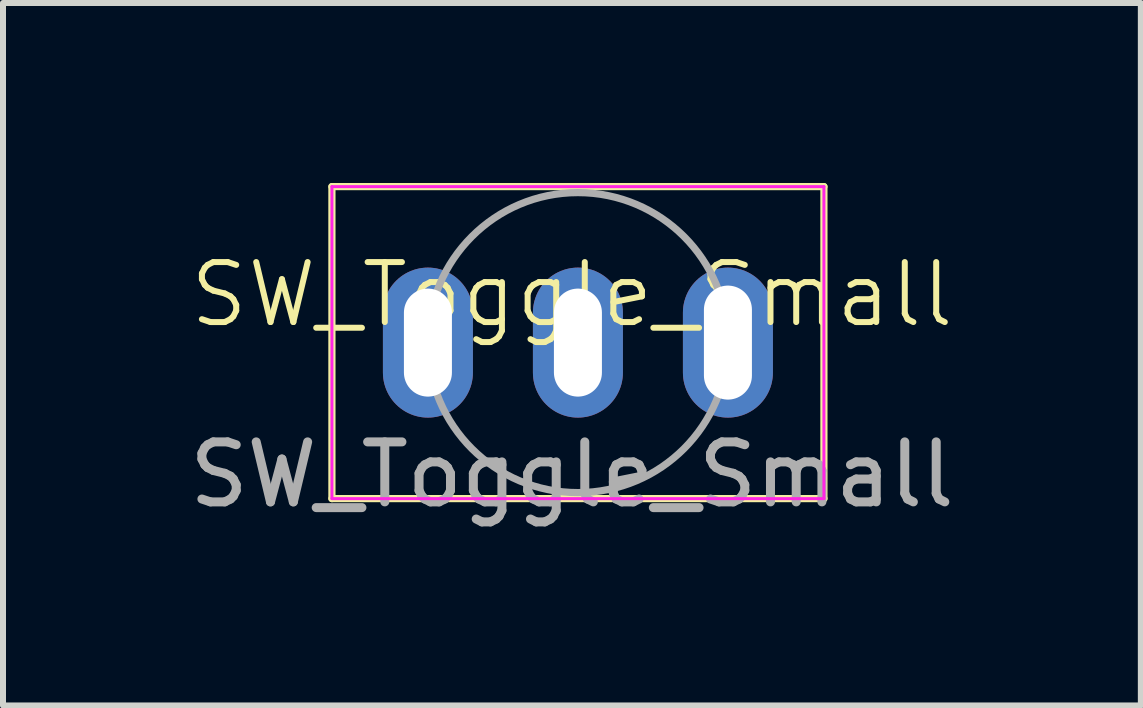
<source format=kicad_pcb>
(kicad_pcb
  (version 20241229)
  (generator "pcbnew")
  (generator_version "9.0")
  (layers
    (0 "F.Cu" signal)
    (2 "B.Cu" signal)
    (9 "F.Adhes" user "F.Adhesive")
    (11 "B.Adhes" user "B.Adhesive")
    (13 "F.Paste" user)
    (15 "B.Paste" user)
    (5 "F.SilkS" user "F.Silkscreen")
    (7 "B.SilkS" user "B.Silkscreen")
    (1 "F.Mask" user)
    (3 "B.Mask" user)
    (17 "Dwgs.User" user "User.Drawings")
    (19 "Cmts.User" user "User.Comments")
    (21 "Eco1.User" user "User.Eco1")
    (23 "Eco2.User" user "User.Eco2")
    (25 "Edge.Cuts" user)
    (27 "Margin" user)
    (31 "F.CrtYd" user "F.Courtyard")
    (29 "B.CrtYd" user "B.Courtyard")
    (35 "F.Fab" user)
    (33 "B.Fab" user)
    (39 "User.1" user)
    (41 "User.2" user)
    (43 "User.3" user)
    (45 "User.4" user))
  (footprint "SW_Toggle_Small"
    (layer "F.Cu")
    (at 6.482 2.36)
    (property "Reference" "SW_Toggle_Small" (at 0 -0.5 0) (unlocked yes) (layer "F.SilkS") (effects (font (size 1 1) (thickness 0.1))))
    (attr through_hole)
    (fp_line (start -4 -2.3) (end 4.2 -2.3) (stroke (width 0.12) (type solid)) (layer "F.SilkS"))
    (fp_line (start -4 2.9) (end -4 -2.3) (stroke (width 0.12) (type solid)) (layer "F.SilkS"))
    (fp_line (start 4.2 -2.3) (end 4.2 2.9) (stroke (width 0.12) (type solid)) (layer "F.SilkS"))
    (fp_line (start 4.2 2.9) (end -4 2.9) (stroke (width 0.12) (type solid)) (layer "F.SilkS"))
    (fp_rect (start -0.15 -0.45) (end 0.35 1.05) (stroke (width 0.1) (type dot)) (fill no) (layer "Eco1.User"))
    (fp_line (start -4 -2.3) (end 4.2 -2.3) (stroke (width 0.05) (type solid)) (layer "F.CrtYd"))
    (fp_line (start -4 2.9) (end -4 -2.3) (stroke (width 0.05) (type solid)) (layer "F.CrtYd"))
    (fp_line (start 4.2 -2.3) (end 4.2 2.9) (stroke (width 0.05) (type solid)) (layer "F.CrtYd"))
    (fp_line (start 4.2 2.9) (end -4 2.9) (stroke (width 0.05) (type solid)) (layer "F.CrtYd"))
    (fp_circle (center 0.1 0.3) (end 2.6 0.3) (stroke (width 0.12) (type solid)) (fill no) (layer "F.Fab"))
    (fp_text user "${REFERENCE}" (at 0 2.5 0) (unlocked yes) (layer "F.Fab") (effects (font (size 1 1) (thickness 0.15))))
    (pad "1" thru_hole oval (at -2.4 0.3) (size 1.5 2.5) (drill oval 0.8 1.8) (layers "*.Cu" "*.Mask"))
    (pad "2" thru_hole oval (at 0.1 0.3) (size 1.5 2.5) (drill oval 0.8 1.8) (layers "*.Cu" "*.Mask"))
    (pad "3" thru_hole oval (at 2.6 0.3) (size 1.5 2.5) (drill oval 0.8 1.9) (layers "*.Cu" "*.Mask")))
  (gr_rect
    (start -3 -3)
    (end 15.964 8.708)
    (stroke (width 0.1) (type default))
    (fill no)
    (layer "Edge.Cuts")))
</source>
